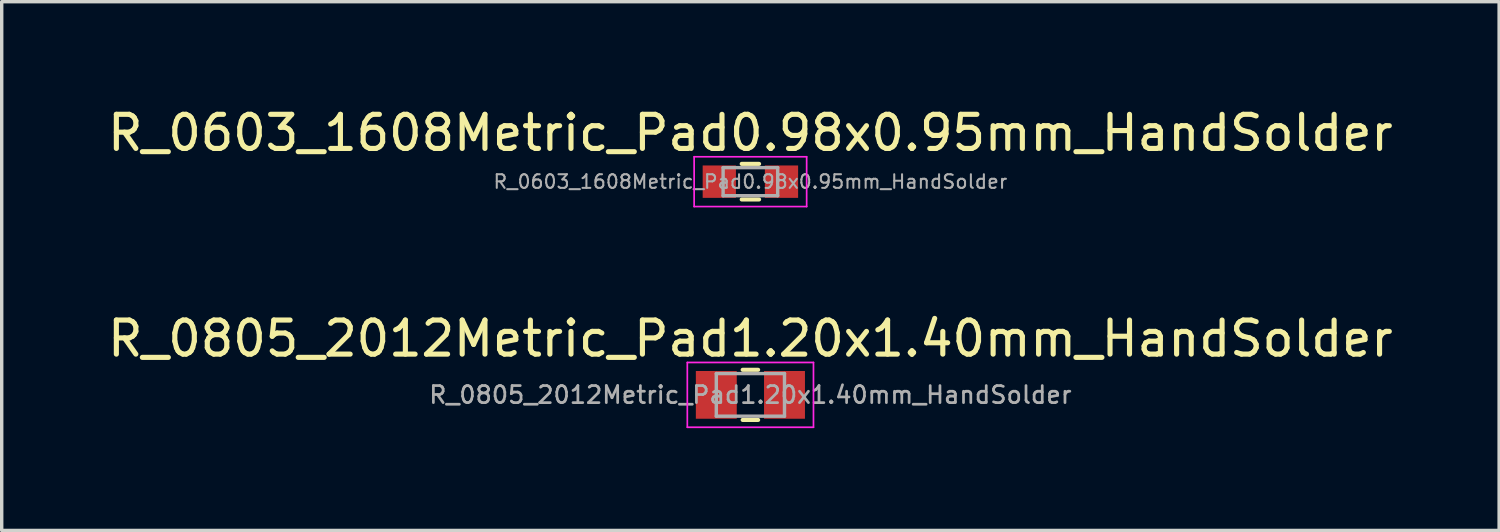
<source format=kicad_pcb>
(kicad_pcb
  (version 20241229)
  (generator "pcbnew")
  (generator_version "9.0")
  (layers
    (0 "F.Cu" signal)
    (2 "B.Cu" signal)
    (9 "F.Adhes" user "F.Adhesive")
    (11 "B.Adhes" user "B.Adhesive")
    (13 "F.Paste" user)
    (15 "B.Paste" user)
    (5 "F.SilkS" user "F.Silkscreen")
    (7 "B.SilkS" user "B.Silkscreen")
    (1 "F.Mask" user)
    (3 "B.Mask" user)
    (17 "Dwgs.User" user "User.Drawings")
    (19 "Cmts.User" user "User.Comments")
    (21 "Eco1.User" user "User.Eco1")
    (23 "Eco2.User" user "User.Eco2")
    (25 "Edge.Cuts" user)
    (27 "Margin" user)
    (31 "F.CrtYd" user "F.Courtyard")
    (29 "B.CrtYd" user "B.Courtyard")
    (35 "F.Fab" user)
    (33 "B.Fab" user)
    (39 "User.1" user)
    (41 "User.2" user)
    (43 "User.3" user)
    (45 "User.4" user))
  (footprint "R_0603_1608Metric_Pad0.98x0.95mm_HandSolder"
    (layer "F.Cu")
    (at 18.958 2.278)
    (property "Reference" "R_0603_1608Metric_Pad0.98x0.95mm_HandSolder" (at 0 -1.43 0) (layer "F.SilkS") (effects (font (size 1 1) (thickness 0.15))))
    (attr smd)
    (fp_line (start -0.255 -0.522) (end 0.255 -0.522) (stroke (width 0.12) (type solid)) (layer "F.SilkS"))
    (fp_line (start -0.255 0.522) (end 0.255 0.522) (stroke (width 0.12) (type solid)) (layer "F.SilkS"))
    (fp_line (start -1.65 -0.73) (end 1.65 -0.73) (stroke (width 0.05) (type solid)) (layer "F.CrtYd"))
    (fp_line (start -1.65 0.73) (end -1.65 -0.73) (stroke (width 0.05) (type solid)) (layer "F.CrtYd"))
    (fp_line (start 1.65 -0.73) (end 1.65 0.73) (stroke (width 0.05) (type solid)) (layer "F.CrtYd"))
    (fp_line (start 1.65 0.73) (end -1.65 0.73) (stroke (width 0.05) (type solid)) (layer "F.CrtYd"))
    (fp_line (start -0.8 -0.412) (end 0.8 -0.412) (stroke (width 0.1) (type solid)) (layer "F.Fab"))
    (fp_line (start -0.8 0.412) (end -0.8 -0.412) (stroke (width 0.1) (type solid)) (layer "F.Fab"))
    (fp_line (start 0.8 -0.412) (end 0.8 0.412) (stroke (width 0.1) (type solid)) (layer "F.Fab"))
    (fp_line (start 0.8 0.412) (end -0.8 0.412) (stroke (width 0.1) (type solid)) (layer "F.Fab"))
    (fp_text user "${REFERENCE}" (at 0 0 0) (layer "F.Fab") (effects (font (size 0.4 0.4) (thickness 0.06))))
    (pad "1" smd rect (at -0.912 0) (size 0.975 0.95) (layers "F.Cu" "F.Mask" "F.Paste"))
    (pad "2" smd rect (at 0.912 0) (size 0.975 0.95) (layers "F.Cu" "F.Mask" "F.Paste")))
  (footprint "R_0805_2012Metric_Pad1.20x1.40mm_HandSolder"
    (layer "F.Cu")
    (at 18.958 8.531)
    (property "Reference" "R_0805_2012Metric_Pad1.20x1.40mm_HandSolder" (at 0 -1.65 0) (layer "F.SilkS") (effects (font (size 1 1) (thickness 0.15))))
    (attr smd)
    (fp_line (start -0.227 -0.735) (end 0.227 -0.735) (stroke (width 0.12) (type solid)) (layer "F.SilkS"))
    (fp_line (start -0.227 0.735) (end 0.227 0.735) (stroke (width 0.12) (type solid)) (layer "F.SilkS"))
    (fp_line (start -1.85 -0.95) (end 1.85 -0.95) (stroke (width 0.05) (type solid)) (layer "F.CrtYd"))
    (fp_line (start -1.85 0.95) (end -1.85 -0.95) (stroke (width 0.05) (type solid)) (layer "F.CrtYd"))
    (fp_line (start 1.85 -0.95) (end 1.85 0.95) (stroke (width 0.05) (type solid)) (layer "F.CrtYd"))
    (fp_line (start 1.85 0.95) (end -1.85 0.95) (stroke (width 0.05) (type solid)) (layer "F.CrtYd"))
    (fp_line (start -1 -0.625) (end 1 -0.625) (stroke (width 0.1) (type solid)) (layer "F.Fab"))
    (fp_line (start -1 0.625) (end -1 -0.625) (stroke (width 0.1) (type solid)) (layer "F.Fab"))
    (fp_line (start 1 -0.625) (end 1 0.625) (stroke (width 0.1) (type solid)) (layer "F.Fab"))
    (fp_line (start 1 0.625) (end -1 0.625) (stroke (width 0.1) (type solid)) (layer "F.Fab"))
    (fp_text user "${REFERENCE}" (at 0 0 0) (layer "F.Fab") (effects (font (size 0.5 0.5) (thickness 0.08))))
    (pad "1" smd rect (at -1 0) (size 1.2 1.4) (layers "F.Cu" "F.Mask" "F.Paste"))
    (pad "2" smd rect (at 1 0) (size 1.2 1.4) (layers "F.Cu" "F.Mask" "F.Paste")))
  (gr_rect
    (start -3 -3)
    (end 40.917 12.507)
    (stroke (width 0.1) (type default))
    (fill no)
    (layer "Edge.Cuts")))
</source>
